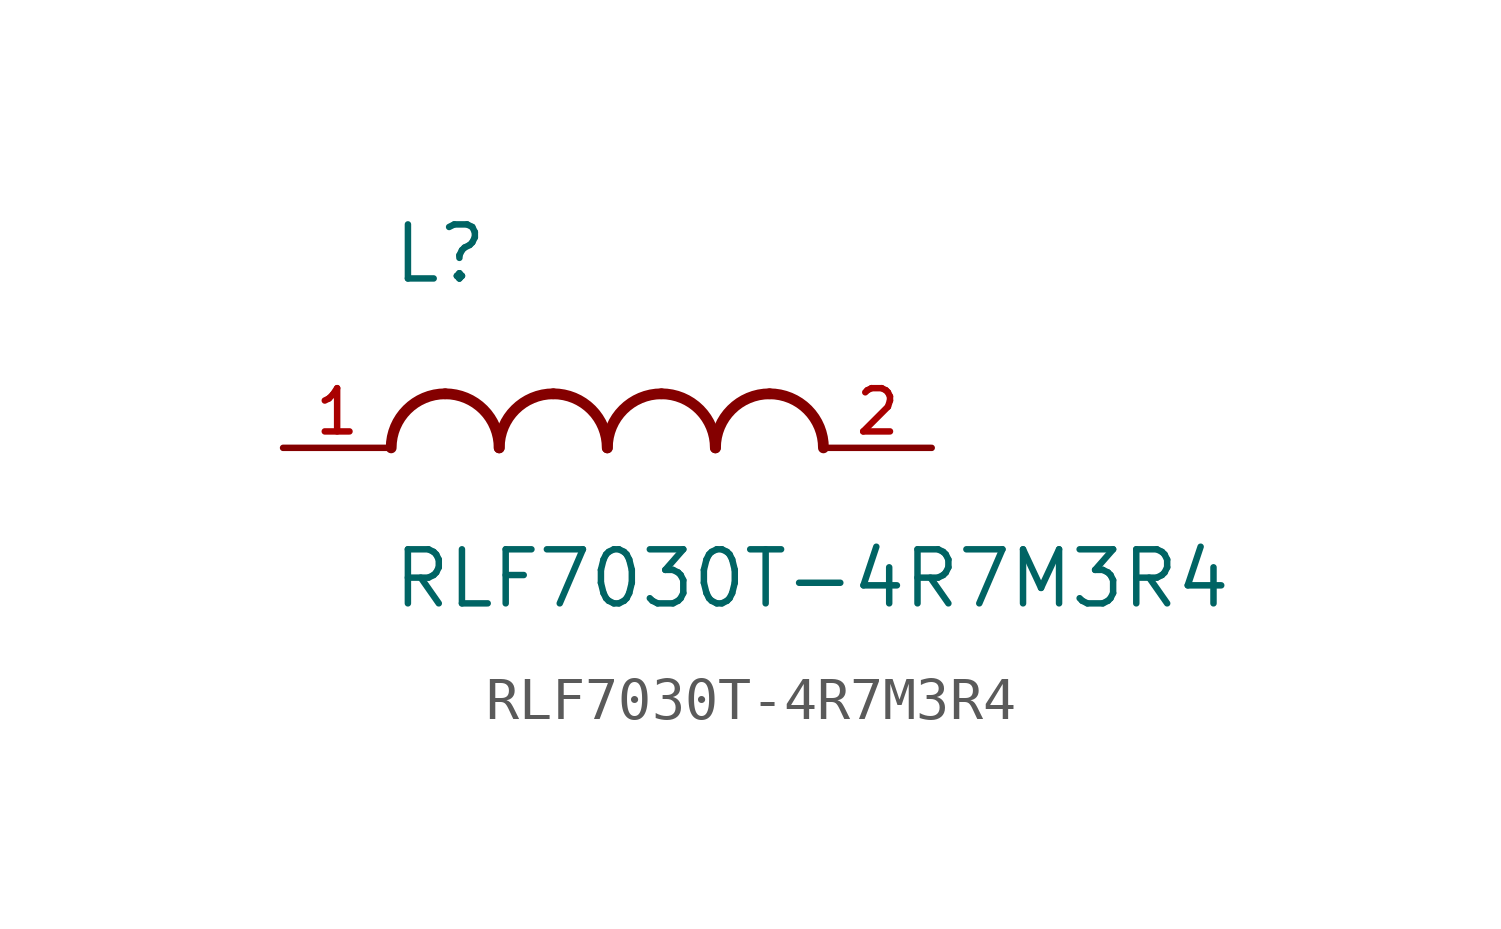
<source format=kicad_sym>
(kicad_symbol_lib
  (version 20220914)
  (generator kicad_symbol_editor)
  (symbol "RLF7030T-4R7M3R4"
    (pin_names
      (offset 1.016))
    (property "Reference" "L"
      (at -5.089 3.817 0)
      (effects (font (size 1.27 1.27)) (justify left bottom)))
    (property "Value" "RLF7030T-4R7M3R4"
      (at -5.09 -3.817 0)
      (effects (font (size 1.27 1.27)) (justify left bottom)))
    (symbol "RLF7030T-4R7M3R4_0_0"
      (arc (start -3.81 1.27) (mid -4.708 0.898) (end -5.08 0) (stroke (width 0.254) (type default)) (fill (type none)))
      (arc (start -2.54 0) (mid -2.912 0.898) (end -3.81 1.27) (stroke (width 0.254) (type default)) (fill (type none)))
      (arc (start -1.27 1.27) (mid -2.168 0.898) (end -2.54 0) (stroke (width 0.254) (type default)) (fill (type none)))
      (arc (start 0 0) (mid -0.372 0.898) (end -1.27 1.27) (stroke (width 0.254) (type default)) (fill (type none)))
      (arc (start 1.27 1.27) (mid 0.372 0.898) (end 0 0) (stroke (width 0.254) (type default)) (fill (type none)))
      (arc (start 2.54 0) (mid 2.168 0.898) (end 1.27 1.27) (stroke (width 0.254) (type default)) (fill (type none)))
      (arc (start 3.81 1.27) (mid 2.912 0.898) (end 2.54 0) (stroke (width 0.254) (type default)) (fill (type none)))
      (arc (start 5.08 0) (mid 4.708 0.898) (end 3.81 1.27) (stroke (width 0.254) (type default)) (fill (type none)))
      (pin passive line (at -7.62 0 0) (length 2.54) (name "~" (effects (font (size 1.016 1.016)))) (number "1" (effects (font (size 1.016 1.016)))))
      (pin passive line (at 7.62 0 180) (length 2.54) (name "~" (effects (font (size 1.016 1.016)))) (number "2" (effects (font (size 1.016 1.016))))))))
</source>
